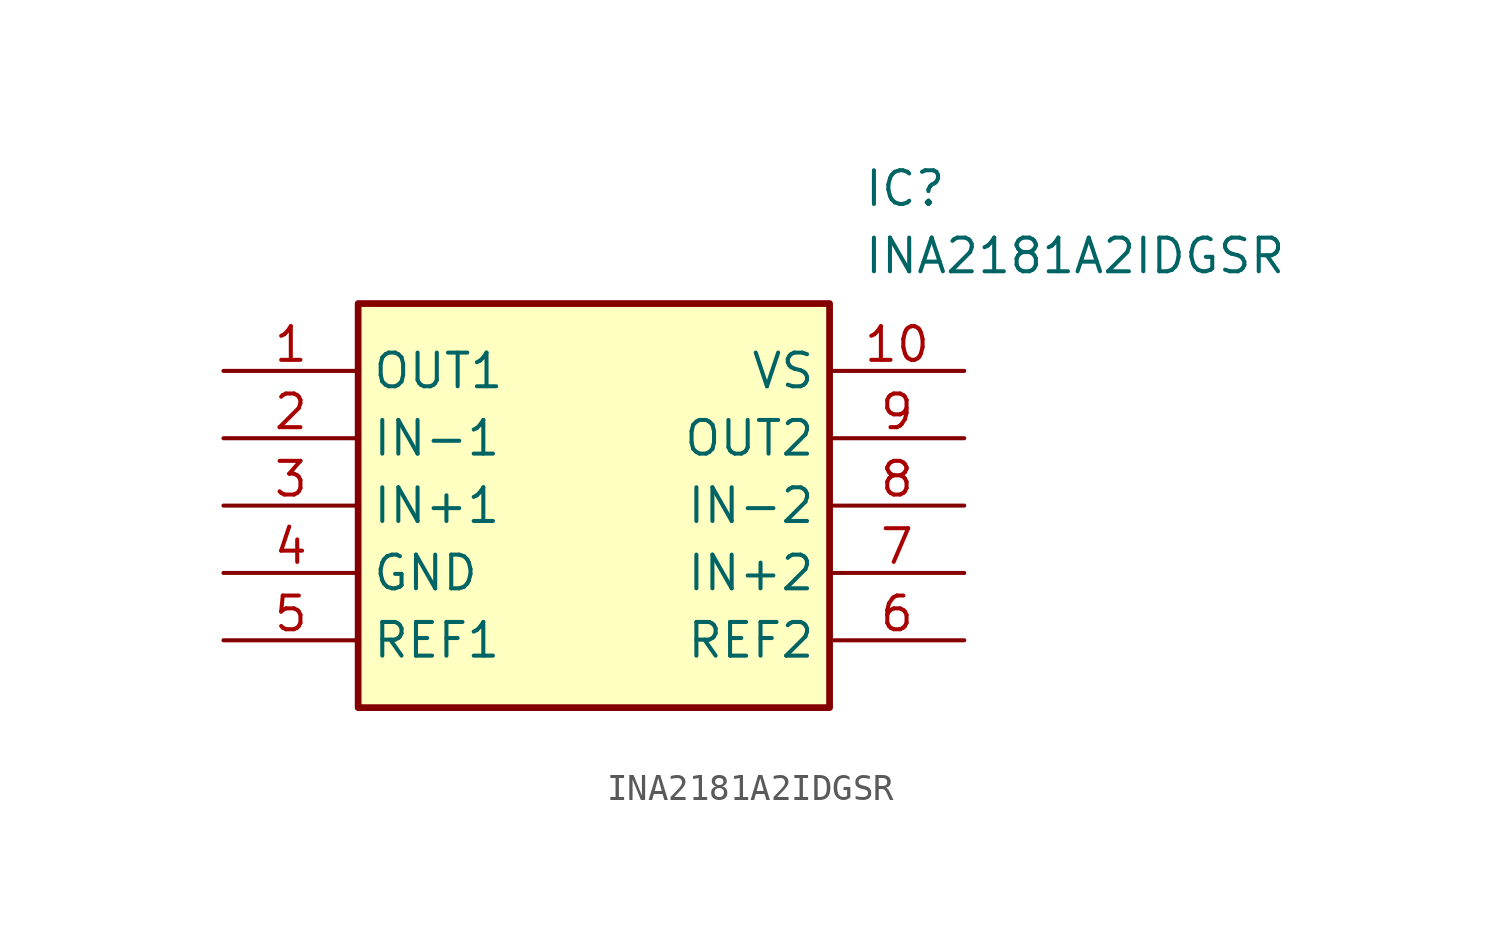
<source format=kicad_sym>
(kicad_symbol_lib
  (version 20211014)
  (generator SamacSys_ECAD_Model)
  (symbol "INA2181A2IDGSR"
    (property "Reference" "IC"
      (at 24.13 7.62 0)
      (effects (font (size 1.27 1.27)) (justify left top)))
    (property "Value" "INA2181A2IDGSR"
      (at 24.13 5.08 0)
      (effects (font (size 1.27 1.27)) (justify left top)))
    (rectangle
      (start 5.08 2.54)
      (end 22.86 -12.7)
      (stroke (width 0.254) (type default))
      (fill (type background)))
    (pin passive line
      (at 0 0 0)
      (length 5.08)
      (name "OUT1" (effects (font (size 1.27 1.27))))
      (number "1" (effects (font (size 1.27 1.27)))))
    (pin passive line
      (at 0 -2.54 0)
      (length 5.08)
      (name "IN-1" (effects (font (size 1.27 1.27))))
      (number "2" (effects (font (size 1.27 1.27)))))
    (pin passive line
      (at 0 -5.08 0)
      (length 5.08)
      (name "IN+1" (effects (font (size 1.27 1.27))))
      (number "3" (effects (font (size 1.27 1.27)))))
    (pin passive line
      (at 0 -7.62 0)
      (length 5.08)
      (name "GND" (effects (font (size 1.27 1.27))))
      (number "4" (effects (font (size 1.27 1.27)))))
    (pin passive line
      (at 0 -10.16 0)
      (length 5.08)
      (name "REF1" (effects (font (size 1.27 1.27))))
      (number "5" (effects (font (size 1.27 1.27)))))
    (pin passive line
      (at 27.94 0 180)
      (length 5.08)
      (name "VS" (effects (font (size 1.27 1.27))))
      (number "10" (effects (font (size 1.27 1.27)))))
    (pin passive line
      (at 27.94 -2.54 180)
      (length 5.08)
      (name "OUT2" (effects (font (size 1.27 1.27))))
      (number "9" (effects (font (size 1.27 1.27)))))
    (pin passive line
      (at 27.94 -5.08 180)
      (length 5.08)
      (name "IN-2" (effects (font (size 1.27 1.27))))
      (number "8" (effects (font (size 1.27 1.27)))))
    (pin passive line
      (at 27.94 -7.62 180)
      (length 5.08)
      (name "IN+2" (effects (font (size 1.27 1.27))))
      (number "7" (effects (font (size 1.27 1.27)))))
    (pin passive line
      (at 27.94 -10.16 180)
      (length 5.08)
      (name "REF2" (effects (font (size 1.27 1.27))))
      (number "6" (effects (font (size 1.27 1.27)))))))
</source>
